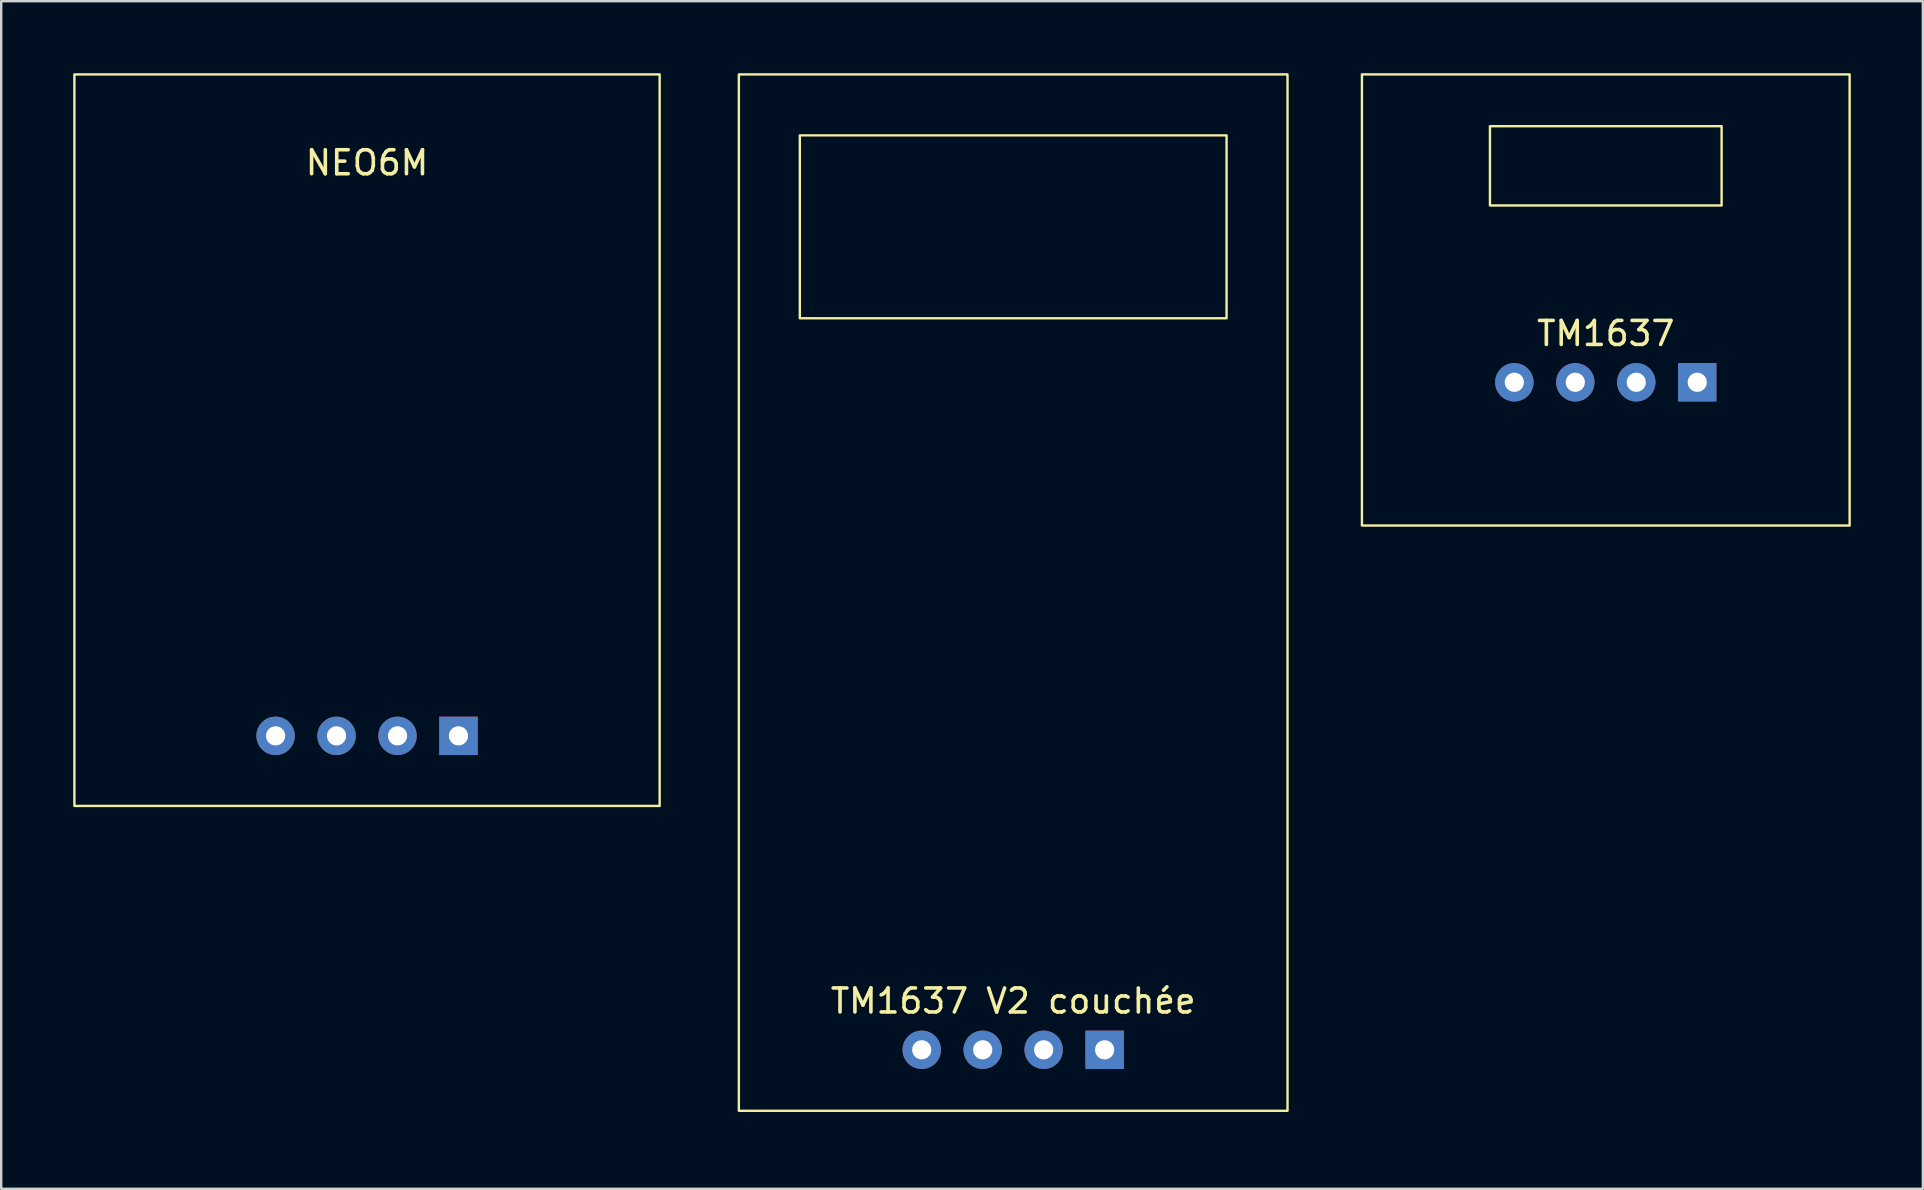
<source format=kicad_pcb>
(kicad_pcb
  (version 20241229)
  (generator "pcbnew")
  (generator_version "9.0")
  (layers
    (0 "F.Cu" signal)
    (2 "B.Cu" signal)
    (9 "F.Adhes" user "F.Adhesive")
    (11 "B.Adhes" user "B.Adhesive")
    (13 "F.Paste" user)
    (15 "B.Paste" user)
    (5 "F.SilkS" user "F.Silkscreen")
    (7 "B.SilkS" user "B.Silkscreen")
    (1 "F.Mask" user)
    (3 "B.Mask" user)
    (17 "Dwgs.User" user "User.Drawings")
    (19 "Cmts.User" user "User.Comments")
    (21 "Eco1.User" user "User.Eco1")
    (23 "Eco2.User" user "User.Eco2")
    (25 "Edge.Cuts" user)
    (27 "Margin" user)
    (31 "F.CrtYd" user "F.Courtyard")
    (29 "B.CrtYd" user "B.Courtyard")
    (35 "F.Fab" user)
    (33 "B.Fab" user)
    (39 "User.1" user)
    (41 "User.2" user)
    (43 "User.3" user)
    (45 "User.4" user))
  (footprint "TM1637 V2 couchée"
    (layer "F.Cu")
    (at 27.734 43.23)
    (property "Reference" "TM1637 V2 couchée" (at 11.43 -4.572 0) (layer "F.SilkS") (effects (font (size 1 1) (thickness 0.15))))
    (attr through_hole)
    (fp_rect (start 0 -43.18) (end 22.86 0) (stroke (width 0.1) (type default)) (fill no) (layer "F.SilkS"))
    (fp_rect (start 2.54 -40.64) (end 20.32 -33.02) (stroke (width 0.1) (type default)) (fill no) (layer "F.SilkS"))
    (pad "1" thru_hole oval (at 7.62 -2.54 270) (size 1.6 1.6) (drill 0.8) (layers "*.Cu" "*.Mask"))
    (pad "2" thru_hole oval (at 10.16 -2.54 270) (size 1.6 1.6) (drill 0.8) (layers "*.Cu" "*.Mask"))
    (pad "3" thru_hole oval (at 12.7 -2.54 270) (size 1.6 1.6) (drill 0.8) (layers "*.Cu" "*.Mask"))
    (pad "4" thru_hole rect (at 15.24 -2.54 270) (size 1.6 1.6) (drill 0.8) (layers "*.Cu" "*.Mask")))
  (footprint "NEO6M"
    (layer "F.Cu")
    (at 12.242 24.815)
    (property "Reference" "NEO6M" (at 0 -21.082 0) (layer "F.SilkS") (effects (font (size 1 1) (thickness 0.15))))
    (attr through_hole)
    (fp_rect (start 12.192 5.715) (end -12.192 -24.765) (stroke (width 0.1) (type solid)) (fill no) (layer "F.SilkS"))
    (pad "1" thru_hole rect (at 3.81 2.794 270) (size 1.6 1.6) (drill 0.8) (layers "*.Cu" "*.Mask"))
    (pad "2" thru_hole oval (at 1.27 2.794 270) (size 1.6 1.6) (drill 0.8) (layers "*.Cu" "*.Mask"))
    (pad "3" thru_hole oval (at -1.27 2.794 270) (size 1.6 1.6) (drill 0.8) (layers "*.Cu" "*.Mask"))
    (pad "4" thru_hole oval (at -3.81 2.794 270) (size 1.6 1.6) (drill 0.8) (layers "*.Cu" "*.Mask")))
  (footprint "TM1637"
    (layer "F.Cu")
    (at 63.854 10.083)
    (property "Reference" "TM1637" (at 0 0.762 0) (layer "F.SilkS") (effects (font (size 1 1) (thickness 0.15))))
    (attr through_hole)
    (fp_rect (start -4.826 -7.874) (end 4.826 -4.572) (stroke (width 0.1) (type solid)) (fill no) (layer "F.SilkS"))
    (fp_rect (start 10.16 8.763) (end -10.16 -10.033) (stroke (width 0.1) (type solid)) (fill no) (layer "F.SilkS"))
    (pad "1" thru_hole rect (at 3.81 2.794 270) (size 1.6 1.6) (drill 0.8) (layers "*.Cu" "*.Mask"))
    (pad "2" thru_hole oval (at 1.27 2.794 270) (size 1.6 1.6) (drill 0.8) (layers "*.Cu" "*.Mask"))
    (pad "3" thru_hole oval (at -1.27 2.794 270) (size 1.6 1.6) (drill 0.8) (layers "*.Cu" "*.Mask"))
    (pad "4" thru_hole oval (at -3.81 2.794 270) (size 1.6 1.6) (drill 0.8) (layers "*.Cu" "*.Mask")))
  (gr_rect
    (start -3 -3)
    (end 77.064 46.48)
    (stroke (width 0.1) (type default))
    (fill no)
    (layer "Edge.Cuts")))
</source>
